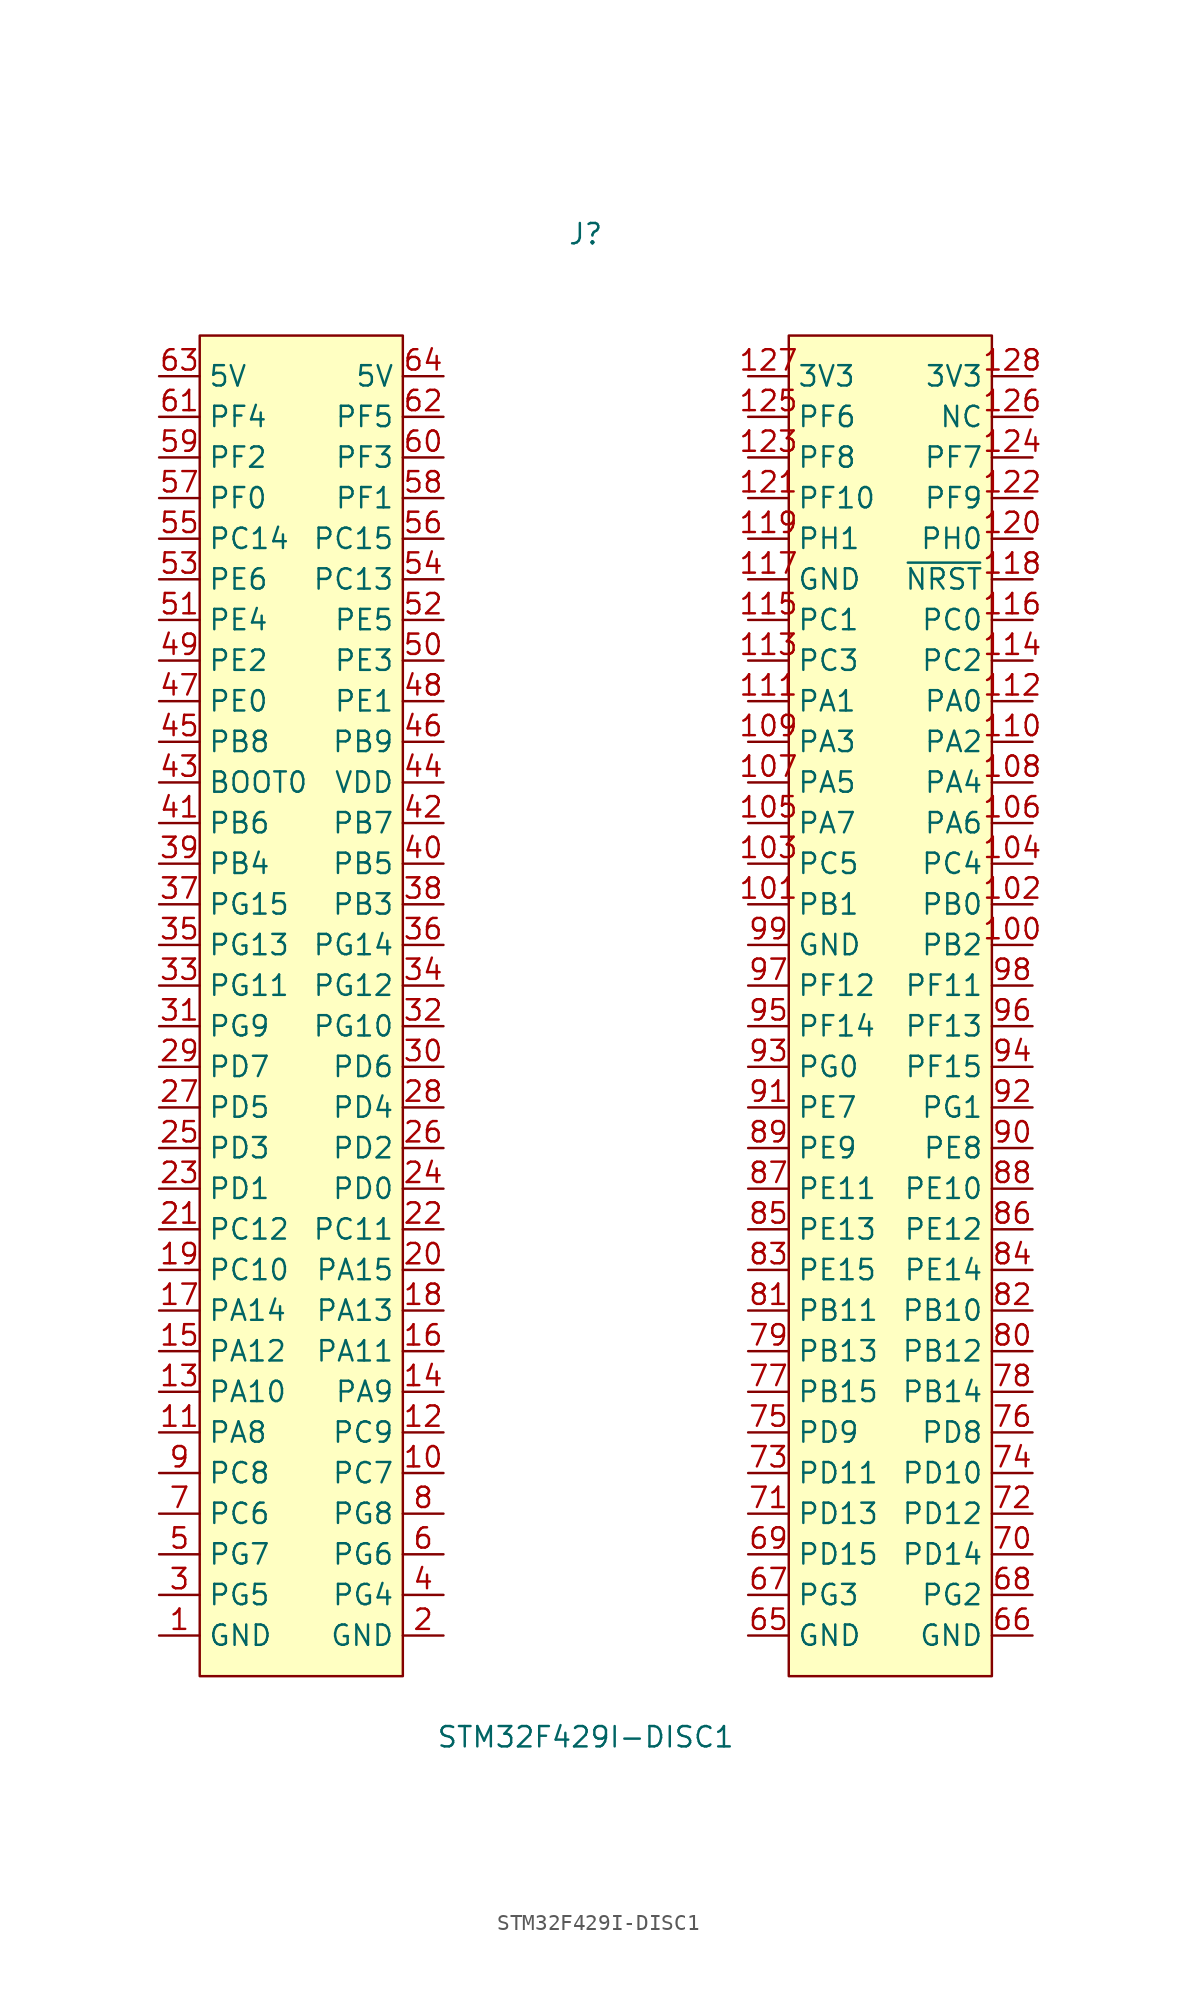
<source format=kicad_sym>
(kicad_symbol_lib
  (version 20211014)
  (generator kicad_symbol_editor)
  (symbol "STM32F429I-DISC1"
    (property "Reference" "J"
      (at 22.86 -5.08 0)
      (effects (font (size 1.27 1.27))))
    (property "Value" "STM32F429I-DISC1"
      (at 22.86 -99.06 0)
      (effects (font (size 1.27 1.27))))
    (symbol "STM32F429I-DISC1_0_1"
      (rectangle (start -1.27 -11.43) (end 11.43 -95.25) (stroke (width 0) (type default) (color 0 0 0 0)) (fill (type background)))
      (rectangle (start 35.56 -11.43) (end 48.26 -95.25) (stroke (width 0) (type default) (color 0 0 0 0)) (fill (type background))))
    (symbol "STM32F429I-DISC1_1_1"
      (pin input line (at -3.81 -92.71 0) (length 2.54) (name "GND" (effects (font (size 1.27 1.27)))) (number "1" (effects (font (size 1.27 1.27)))))
      (pin input line (at 13.97 -82.55 180) (length 2.54) (name "PC7" (effects (font (size 1.27 1.27)))) (number "10" (effects (font (size 1.27 1.27)))))
      (pin input line (at 50.8 -49.53 180) (length 2.54) (name "PB2" (effects (font (size 1.27 1.27)))) (number "100" (effects (font (size 1.27 1.27)))))
      (pin input line (at 33.02 -46.99 0) (length 2.54) (name "PB1" (effects (font (size 1.27 1.27)))) (number "101" (effects (font (size 1.27 1.27)))))
      (pin input line (at 50.8 -46.99 180) (length 2.54) (name "PB0" (effects (font (size 1.27 1.27)))) (number "102" (effects (font (size 1.27 1.27)))))
      (pin input line (at 33.02 -44.45 0) (length 2.54) (name "PC5" (effects (font (size 1.27 1.27)))) (number "103" (effects (font (size 1.27 1.27)))))
      (pin input line (at 50.8 -44.45 180) (length 2.54) (name "PC4" (effects (font (size 1.27 1.27)))) (number "104" (effects (font (size 1.27 1.27)))))
      (pin input line (at 33.02 -41.91 0) (length 2.54) (name "PA7" (effects (font (size 1.27 1.27)))) (number "105" (effects (font (size 1.27 1.27)))))
      (pin input line (at 50.8 -41.91 180) (length 2.54) (name "PA6" (effects (font (size 1.27 1.27)))) (number "106" (effects (font (size 1.27 1.27)))))
      (pin input line (at 33.02 -39.37 0) (length 2.54) (name "PA5" (effects (font (size 1.27 1.27)))) (number "107" (effects (font (size 1.27 1.27)))))
      (pin input line (at 50.8 -39.37 180) (length 2.54) (name "PA4" (effects (font (size 1.27 1.27)))) (number "108" (effects (font (size 1.27 1.27)))))
      (pin input line (at 33.02 -36.83 0) (length 2.54) (name "PA3" (effects (font (size 1.27 1.27)))) (number "109" (effects (font (size 1.27 1.27)))))
      (pin input line (at -3.81 -80.01 0) (length 2.54) (name "PA8" (effects (font (size 1.27 1.27)))) (number "11" (effects (font (size 1.27 1.27)))))
      (pin input line (at 50.8 -36.83 180) (length 2.54) (name "PA2" (effects (font (size 1.27 1.27)))) (number "110" (effects (font (size 1.27 1.27)))))
      (pin input line (at 33.02 -34.29 0) (length 2.54) (name "PA1" (effects (font (size 1.27 1.27)))) (number "111" (effects (font (size 1.27 1.27)))))
      (pin input line (at 50.8 -34.29 180) (length 2.54) (name "PA0" (effects (font (size 1.27 1.27)))) (number "112" (effects (font (size 1.27 1.27)))))
      (pin input line (at 33.02 -31.75 0) (length 2.54) (name "PC3" (effects (font (size 1.27 1.27)))) (number "113" (effects (font (size 1.27 1.27)))))
      (pin input line (at 50.8 -31.75 180) (length 2.54) (name "PC2" (effects (font (size 1.27 1.27)))) (number "114" (effects (font (size 1.27 1.27)))))
      (pin input line (at 33.02 -29.21 0) (length 2.54) (name "PC1" (effects (font (size 1.27 1.27)))) (number "115" (effects (font (size 1.27 1.27)))))
      (pin input line (at 50.8 -29.21 180) (length 2.54) (name "PC0" (effects (font (size 1.27 1.27)))) (number "116" (effects (font (size 1.27 1.27)))))
      (pin input line (at 33.02 -26.67 0) (length 2.54) (name "GND" (effects (font (size 1.27 1.27)))) (number "117" (effects (font (size 1.27 1.27)))))
      (pin input line (at 50.8 -26.67 180) (length 2.54) (name "~{NRST}" (effects (font (size 1.27 1.27)))) (number "118" (effects (font (size 1.27 1.27)))))
      (pin input line (at 33.02 -24.13 0) (length 2.54) (name "PH1" (effects (font (size 1.27 1.27)))) (number "119" (effects (font (size 1.27 1.27)))))
      (pin input line (at 13.97 -80.01 180) (length 2.54) (name "PC9" (effects (font (size 1.27 1.27)))) (number "12" (effects (font (size 1.27 1.27)))))
      (pin input line (at 50.8 -24.13 180) (length 2.54) (name "PH0" (effects (font (size 1.27 1.27)))) (number "120" (effects (font (size 1.27 1.27)))))
      (pin input line (at 33.02 -21.59 0) (length 2.54) (name "PF10" (effects (font (size 1.27 1.27)))) (number "121" (effects (font (size 1.27 1.27)))))
      (pin input line (at 50.8 -21.59 180) (length 2.54) (name "PF9" (effects (font (size 1.27 1.27)))) (number "122" (effects (font (size 1.27 1.27)))))
      (pin input line (at 33.02 -19.05 0) (length 2.54) (name "PF8" (effects (font (size 1.27 1.27)))) (number "123" (effects (font (size 1.27 1.27)))))
      (pin input line (at 50.8 -19.05 180) (length 2.54) (name "PF7" (effects (font (size 1.27 1.27)))) (number "124" (effects (font (size 1.27 1.27)))))
      (pin input line (at 33.02 -16.51 0) (length 2.54) (name "PF6" (effects (font (size 1.27 1.27)))) (number "125" (effects (font (size 1.27 1.27)))))
      (pin input line (at 50.8 -16.51 180) (length 2.54) (name "NC" (effects (font (size 1.27 1.27)))) (number "126" (effects (font (size 1.27 1.27)))))
      (pin input line (at 33.02 -13.97 0) (length 2.54) (name "3V3" (effects (font (size 1.27 1.27)))) (number "127" (effects (font (size 1.27 1.27)))))
      (pin input line (at 50.8 -13.97 180) (length 2.54) (name "3V3" (effects (font (size 1.27 1.27)))) (number "128" (effects (font (size 1.27 1.27)))))
      (pin input line (at -3.81 -77.47 0) (length 2.54) (name "PA10" (effects (font (size 1.27 1.27)))) (number "13" (effects (font (size 1.27 1.27)))))
      (pin input line (at 13.97 -77.47 180) (length 2.54) (name "PA9" (effects (font (size 1.27 1.27)))) (number "14" (effects (font (size 1.27 1.27)))))
      (pin input line (at -3.81 -74.93 0) (length 2.54) (name "PA12" (effects (font (size 1.27 1.27)))) (number "15" (effects (font (size 1.27 1.27)))))
      (pin input line (at 13.97 -74.93 180) (length 2.54) (name "PA11" (effects (font (size 1.27 1.27)))) (number "16" (effects (font (size 1.27 1.27)))))
      (pin input line (at -3.81 -72.39 0) (length 2.54) (name "PA14" (effects (font (size 1.27 1.27)))) (number "17" (effects (font (size 1.27 1.27)))))
      (pin input line (at 13.97 -72.39 180) (length 2.54) (name "PA13" (effects (font (size 1.27 1.27)))) (number "18" (effects (font (size 1.27 1.27)))))
      (pin input line (at -3.81 -69.85 0) (length 2.54) (name "PC10" (effects (font (size 1.27 1.27)))) (number "19" (effects (font (size 1.27 1.27)))))
      (pin input line (at 13.97 -92.71 180) (length 2.54) (name "GND" (effects (font (size 1.27 1.27)))) (number "2" (effects (font (size 1.27 1.27)))))
      (pin input line (at 13.97 -69.85 180) (length 2.54) (name "PA15" (effects (font (size 1.27 1.27)))) (number "20" (effects (font (size 1.27 1.27)))))
      (pin input line (at -3.81 -67.31 0) (length 2.54) (name "PC12" (effects (font (size 1.27 1.27)))) (number "21" (effects (font (size 1.27 1.27)))))
      (pin input line (at 13.97 -67.31 180) (length 2.54) (name "PC11" (effects (font (size 1.27 1.27)))) (number "22" (effects (font (size 1.27 1.27)))))
      (pin input line (at -3.81 -64.77 0) (length 2.54) (name "PD1" (effects (font (size 1.27 1.27)))) (number "23" (effects (font (size 1.27 1.27)))))
      (pin input line (at 13.97 -64.77 180) (length 2.54) (name "PD0" (effects (font (size 1.27 1.27)))) (number "24" (effects (font (size 1.27 1.27)))))
      (pin input line (at -3.81 -62.23 0) (length 2.54) (name "PD3" (effects (font (size 1.27 1.27)))) (number "25" (effects (font (size 1.27 1.27)))))
      (pin input line (at 13.97 -62.23 180) (length 2.54) (name "PD2" (effects (font (size 1.27 1.27)))) (number "26" (effects (font (size 1.27 1.27)))))
      (pin input line (at -3.81 -59.69 0) (length 2.54) (name "PD5" (effects (font (size 1.27 1.27)))) (number "27" (effects (font (size 1.27 1.27)))))
      (pin input line (at 13.97 -59.69 180) (length 2.54) (name "PD4" (effects (font (size 1.27 1.27)))) (number "28" (effects (font (size 1.27 1.27)))))
      (pin input line (at -3.81 -57.15 0) (length 2.54) (name "PD7" (effects (font (size 1.27 1.27)))) (number "29" (effects (font (size 1.27 1.27)))))
      (pin input line (at -3.81 -90.17 0) (length 2.54) (name "PG5" (effects (font (size 1.27 1.27)))) (number "3" (effects (font (size 1.27 1.27)))))
      (pin input line (at 13.97 -57.15 180) (length 2.54) (name "PD6" (effects (font (size 1.27 1.27)))) (number "30" (effects (font (size 1.27 1.27)))))
      (pin input line (at -3.81 -54.61 0) (length 2.54) (name "PG9" (effects (font (size 1.27 1.27)))) (number "31" (effects (font (size 1.27 1.27)))))
      (pin input line (at 13.97 -54.61 180) (length 2.54) (name "PG10" (effects (font (size 1.27 1.27)))) (number "32" (effects (font (size 1.27 1.27)))))
      (pin input line (at -3.81 -52.07 0) (length 2.54) (name "PG11" (effects (font (size 1.27 1.27)))) (number "33" (effects (font (size 1.27 1.27)))))
      (pin input line (at 13.97 -52.07 180) (length 2.54) (name "PG12" (effects (font (size 1.27 1.27)))) (number "34" (effects (font (size 1.27 1.27)))))
      (pin input line (at -3.81 -49.53 0) (length 2.54) (name "PG13" (effects (font (size 1.27 1.27)))) (number "35" (effects (font (size 1.27 1.27)))))
      (pin input line (at 13.97 -49.53 180) (length 2.54) (name "PG14" (effects (font (size 1.27 1.27)))) (number "36" (effects (font (size 1.27 1.27)))))
      (pin input line (at -3.81 -46.99 0) (length 2.54) (name "PG15" (effects (font (size 1.27 1.27)))) (number "37" (effects (font (size 1.27 1.27)))))
      (pin input line (at 13.97 -46.99 180) (length 2.54) (name "PB3" (effects (font (size 1.27 1.27)))) (number "38" (effects (font (size 1.27 1.27)))))
      (pin input line (at -3.81 -44.45 0) (length 2.54) (name "PB4" (effects (font (size 1.27 1.27)))) (number "39" (effects (font (size 1.27 1.27)))))
      (pin input line (at 13.97 -90.17 180) (length 2.54) (name "PG4" (effects (font (size 1.27 1.27)))) (number "4" (effects (font (size 1.27 1.27)))))
      (pin input line (at 13.97 -44.45 180) (length 2.54) (name "PB5" (effects (font (size 1.27 1.27)))) (number "40" (effects (font (size 1.27 1.27)))))
      (pin input line (at -3.81 -41.91 0) (length 2.54) (name "PB6" (effects (font (size 1.27 1.27)))) (number "41" (effects (font (size 1.27 1.27)))))
      (pin input line (at 13.97 -41.91 180) (length 2.54) (name "PB7" (effects (font (size 1.27 1.27)))) (number "42" (effects (font (size 1.27 1.27)))))
      (pin input line (at -3.81 -39.37 0) (length 2.54) (name "BOOT0" (effects (font (size 1.27 1.27)))) (number "43" (effects (font (size 1.27 1.27)))))
      (pin input line (at 13.97 -39.37 180) (length 2.54) (name "VDD" (effects (font (size 1.27 1.27)))) (number "44" (effects (font (size 1.27 1.27)))))
      (pin input line (at -3.81 -36.83 0) (length 2.54) (name "PB8" (effects (font (size 1.27 1.27)))) (number "45" (effects (font (size 1.27 1.27)))))
      (pin input line (at 13.97 -36.83 180) (length 2.54) (name "PB9" (effects (font (size 1.27 1.27)))) (number "46" (effects (font (size 1.27 1.27)))))
      (pin input line (at -3.81 -34.29 0) (length 2.54) (name "PE0" (effects (font (size 1.27 1.27)))) (number "47" (effects (font (size 1.27 1.27)))))
      (pin input line (at 13.97 -34.29 180) (length 2.54) (name "PE1" (effects (font (size 1.27 1.27)))) (number "48" (effects (font (size 1.27 1.27)))))
      (pin input line (at -3.81 -31.75 0) (length 2.54) (name "PE2" (effects (font (size 1.27 1.27)))) (number "49" (effects (font (size 1.27 1.27)))))
      (pin input line (at -3.81 -87.63 0) (length 2.54) (name "PG7" (effects (font (size 1.27 1.27)))) (number "5" (effects (font (size 1.27 1.27)))))
      (pin input line (at 13.97 -31.75 180) (length 2.54) (name "PE3" (effects (font (size 1.27 1.27)))) (number "50" (effects (font (size 1.27 1.27)))))
      (pin input line (at -3.81 -29.21 0) (length 2.54) (name "PE4" (effects (font (size 1.27 1.27)))) (number "51" (effects (font (size 1.27 1.27)))))
      (pin input line (at 13.97 -29.21 180) (length 2.54) (name "PE5" (effects (font (size 1.27 1.27)))) (number "52" (effects (font (size 1.27 1.27)))))
      (pin input line (at -3.81 -26.67 0) (length 2.54) (name "PE6" (effects (font (size 1.27 1.27)))) (number "53" (effects (font (size 1.27 1.27)))))
      (pin input line (at 13.97 -26.67 180) (length 2.54) (name "PC13" (effects (font (size 1.27 1.27)))) (number "54" (effects (font (size 1.27 1.27)))))
      (pin input line (at -3.81 -24.13 0) (length 2.54) (name "PC14" (effects (font (size 1.27 1.27)))) (number "55" (effects (font (size 1.27 1.27)))))
      (pin input line (at 13.97 -24.13 180) (length 2.54) (name "PC15" (effects (font (size 1.27 1.27)))) (number "56" (effects (font (size 1.27 1.27)))))
      (pin input line (at -3.81 -21.59 0) (length 2.54) (name "PF0" (effects (font (size 1.27 1.27)))) (number "57" (effects (font (size 1.27 1.27)))))
      (pin input line (at 13.97 -21.59 180) (length 2.54) (name "PF1" (effects (font (size 1.27 1.27)))) (number "58" (effects (font (size 1.27 1.27)))))
      (pin input line (at -3.81 -19.05 0) (length 2.54) (name "PF2" (effects (font (size 1.27 1.27)))) (number "59" (effects (font (size 1.27 1.27)))))
      (pin input line (at 13.97 -87.63 180) (length 2.54) (name "PG6" (effects (font (size 1.27 1.27)))) (number "6" (effects (font (size 1.27 1.27)))))
      (pin input line (at 13.97 -19.05 180) (length 2.54) (name "PF3" (effects (font (size 1.27 1.27)))) (number "60" (effects (font (size 1.27 1.27)))))
      (pin input line (at -3.81 -16.51 0) (length 2.54) (name "PF4" (effects (font (size 1.27 1.27)))) (number "61" (effects (font (size 1.27 1.27)))))
      (pin input line (at 13.97 -16.51 180) (length 2.54) (name "PF5" (effects (font (size 1.27 1.27)))) (number "62" (effects (font (size 1.27 1.27)))))
      (pin input line (at -3.81 -13.97 0) (length 2.54) (name "5V" (effects (font (size 1.27 1.27)))) (number "63" (effects (font (size 1.27 1.27)))))
      (pin input line (at 13.97 -13.97 180) (length 2.54) (name "5V" (effects (font (size 1.27 1.27)))) (number "64" (effects (font (size 1.27 1.27)))))
      (pin input line (at 33.02 -92.71 0) (length 2.54) (name "GND" (effects (font (size 1.27 1.27)))) (number "65" (effects (font (size 1.27 1.27)))))
      (pin input line (at 50.8 -92.71 180) (length 2.54) (name "GND" (effects (font (size 1.27 1.27)))) (number "66" (effects (font (size 1.27 1.27)))))
      (pin input line (at 33.02 -90.17 0) (length 2.54) (name "PG3" (effects (font (size 1.27 1.27)))) (number "67" (effects (font (size 1.27 1.27)))))
      (pin input line (at 50.8 -90.17 180) (length 2.54) (name "PG2" (effects (font (size 1.27 1.27)))) (number "68" (effects (font (size 1.27 1.27)))))
      (pin input line (at 33.02 -87.63 0) (length 2.54) (name "PD15" (effects (font (size 1.27 1.27)))) (number "69" (effects (font (size 1.27 1.27)))))
      (pin input line (at -3.81 -85.09 0) (length 2.54) (name "PC6" (effects (font (size 1.27 1.27)))) (number "7" (effects (font (size 1.27 1.27)))))
      (pin input line (at 50.8 -87.63 180) (length 2.54) (name "PD14" (effects (font (size 1.27 1.27)))) (number "70" (effects (font (size 1.27 1.27)))))
      (pin input line (at 33.02 -85.09 0) (length 2.54) (name "PD13" (effects (font (size 1.27 1.27)))) (number "71" (effects (font (size 1.27 1.27)))))
      (pin input line (at 50.8 -85.09 180) (length 2.54) (name "PD12" (effects (font (size 1.27 1.27)))) (number "72" (effects (font (size 1.27 1.27)))))
      (pin input line (at 33.02 -82.55 0) (length 2.54) (name "PD11" (effects (font (size 1.27 1.27)))) (number "73" (effects (font (size 1.27 1.27)))))
      (pin input line (at 50.8 -82.55 180) (length 2.54) (name "PD10" (effects (font (size 1.27 1.27)))) (number "74" (effects (font (size 1.27 1.27)))))
      (pin input line (at 33.02 -80.01 0) (length 2.54) (name "PD9" (effects (font (size 1.27 1.27)))) (number "75" (effects (font (size 1.27 1.27)))))
      (pin input line (at 50.8 -80.01 180) (length 2.54) (name "PD8" (effects (font (size 1.27 1.27)))) (number "76" (effects (font (size 1.27 1.27)))))
      (pin input line (at 33.02 -77.47 0) (length 2.54) (name "PB15" (effects (font (size 1.27 1.27)))) (number "77" (effects (font (size 1.27 1.27)))))
      (pin input line (at 50.8 -77.47 180) (length 2.54) (name "PB14" (effects (font (size 1.27 1.27)))) (number "78" (effects (font (size 1.27 1.27)))))
      (pin input line (at 33.02 -74.93 0) (length 2.54) (name "PB13" (effects (font (size 1.27 1.27)))) (number "79" (effects (font (size 1.27 1.27)))))
      (pin input line (at 13.97 -85.09 180) (length 2.54) (name "PG8" (effects (font (size 1.27 1.27)))) (number "8" (effects (font (size 1.27 1.27)))))
      (pin input line (at 50.8 -74.93 180) (length 2.54) (name "PB12" (effects (font (size 1.27 1.27)))) (number "80" (effects (font (size 1.27 1.27)))))
      (pin input line (at 33.02 -72.39 0) (length 2.54) (name "PB11" (effects (font (size 1.27 1.27)))) (number "81" (effects (font (size 1.27 1.27)))))
      (pin input line (at 50.8 -72.39 180) (length 2.54) (name "PB10" (effects (font (size 1.27 1.27)))) (number "82" (effects (font (size 1.27 1.27)))))
      (pin input line (at 33.02 -69.85 0) (length 2.54) (name "PE15" (effects (font (size 1.27 1.27)))) (number "83" (effects (font (size 1.27 1.27)))))
      (pin input line (at 50.8 -69.85 180) (length 2.54) (name "PE14" (effects (font (size 1.27 1.27)))) (number "84" (effects (font (size 1.27 1.27)))))
      (pin input line (at 33.02 -67.31 0) (length 2.54) (name "PE13" (effects (font (size 1.27 1.27)))) (number "85" (effects (font (size 1.27 1.27)))))
      (pin input line (at 50.8 -67.31 180) (length 2.54) (name "PE12" (effects (font (size 1.27 1.27)))) (number "86" (effects (font (size 1.27 1.27)))))
      (pin input line (at 33.02 -64.77 0) (length 2.54) (name "PE11" (effects (font (size 1.27 1.27)))) (number "87" (effects (font (size 1.27 1.27)))))
      (pin input line (at 50.8 -64.77 180) (length 2.54) (name "PE10" (effects (font (size 1.27 1.27)))) (number "88" (effects (font (size 1.27 1.27)))))
      (pin input line (at 33.02 -62.23 0) (length 2.54) (name "PE9" (effects (font (size 1.27 1.27)))) (number "89" (effects (font (size 1.27 1.27)))))
      (pin input line (at -3.81 -82.55 0) (length 2.54) (name "PC8" (effects (font (size 1.27 1.27)))) (number "9" (effects (font (size 1.27 1.27)))))
      (pin input line (at 50.8 -62.23 180) (length 2.54) (name "PE8" (effects (font (size 1.27 1.27)))) (number "90" (effects (font (size 1.27 1.27)))))
      (pin input line (at 33.02 -59.69 0) (length 2.54) (name "PE7" (effects (font (size 1.27 1.27)))) (number "91" (effects (font (size 1.27 1.27)))))
      (pin input line (at 50.8 -59.69 180) (length 2.54) (name "PG1" (effects (font (size 1.27 1.27)))) (number "92" (effects (font (size 1.27 1.27)))))
      (pin input line (at 33.02 -57.15 0) (length 2.54) (name "PG0" (effects (font (size 1.27 1.27)))) (number "93" (effects (font (size 1.27 1.27)))))
      (pin input line (at 50.8 -57.15 180) (length 2.54) (name "PF15" (effects (font (size 1.27 1.27)))) (number "94" (effects (font (size 1.27 1.27)))))
      (pin input line (at 33.02 -54.61 0) (length 2.54) (name "PF14" (effects (font (size 1.27 1.27)))) (number "95" (effects (font (size 1.27 1.27)))))
      (pin input line (at 50.8 -54.61 180) (length 2.54) (name "PF13" (effects (font (size 1.27 1.27)))) (number "96" (effects (font (size 1.27 1.27)))))
      (pin input line (at 33.02 -52.07 0) (length 2.54) (name "PF12" (effects (font (size 1.27 1.27)))) (number "97" (effects (font (size 1.27 1.27)))))
      (pin input line (at 50.8 -52.07 180) (length 2.54) (name "PF11" (effects (font (size 1.27 1.27)))) (number "98" (effects (font (size 1.27 1.27)))))
      (pin input line (at 33.02 -49.53 0) (length 2.54) (name "GND" (effects (font (size 1.27 1.27)))) (number "99" (effects (font (size 1.27 1.27))))))))
</source>
